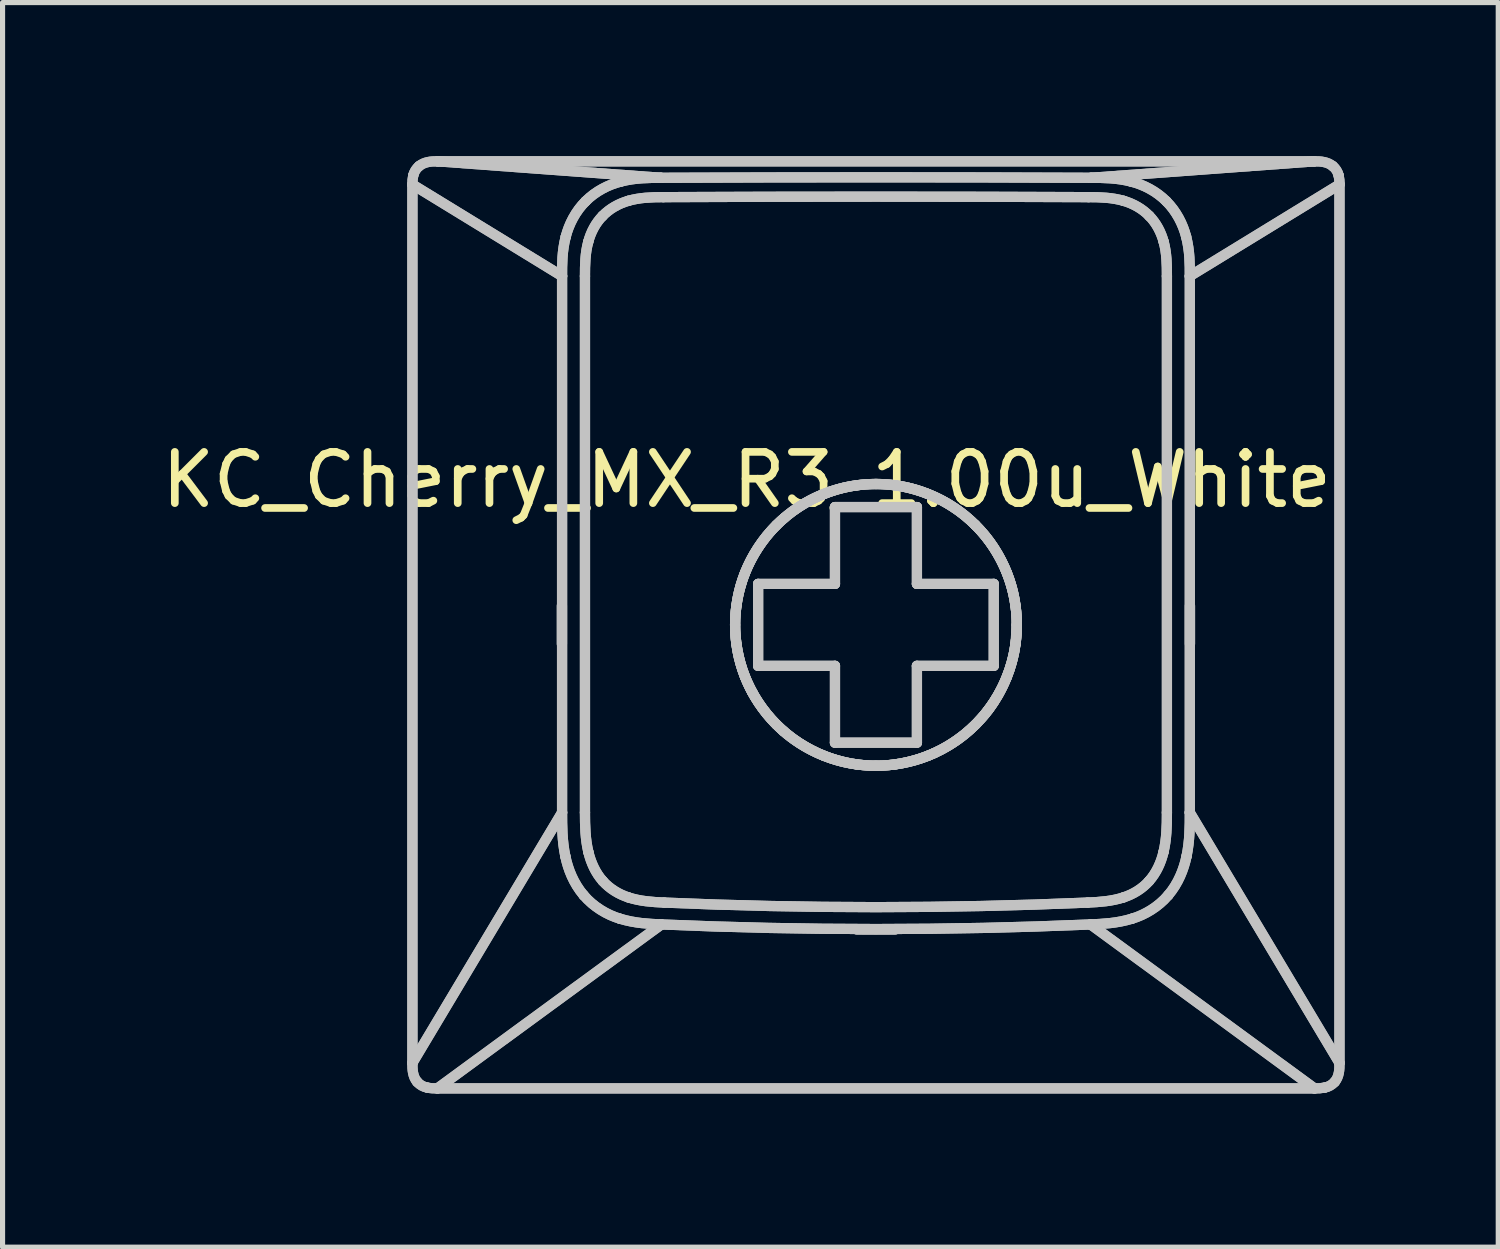
<source format=kicad_pcb>
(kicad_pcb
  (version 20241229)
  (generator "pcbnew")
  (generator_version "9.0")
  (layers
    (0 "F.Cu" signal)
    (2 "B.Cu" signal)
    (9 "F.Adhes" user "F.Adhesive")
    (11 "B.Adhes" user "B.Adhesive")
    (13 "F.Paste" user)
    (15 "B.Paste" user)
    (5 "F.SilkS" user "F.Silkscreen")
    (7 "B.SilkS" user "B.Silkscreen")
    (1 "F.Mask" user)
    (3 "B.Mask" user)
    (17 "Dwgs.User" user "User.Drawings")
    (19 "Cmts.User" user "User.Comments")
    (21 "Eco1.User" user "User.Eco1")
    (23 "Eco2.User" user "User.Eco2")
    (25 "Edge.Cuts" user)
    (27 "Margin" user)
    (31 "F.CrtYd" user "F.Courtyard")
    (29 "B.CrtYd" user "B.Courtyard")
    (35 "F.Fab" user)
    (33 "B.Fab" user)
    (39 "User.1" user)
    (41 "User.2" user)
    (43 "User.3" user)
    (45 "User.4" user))
  (footprint "KC_Cherry_MX_R3_1.00u_White"
    (layer "F.Cu")
    (at 14.07 9.112)
    (property "Reference" "KC_Cherry_MX_R3_1.00u_White" (at -2.54 -2.794 0) (layer "F.SilkS") (effects (font (size 1 1) (thickness 0.15))))
    (attr allow_missing_courtyard)
    (fp_line (start -9.068 -8.56) (end -6.146 -6.771) (stroke (width 0.2) (type default)) (layer "Dwgs.User"))
    (fp_line (start -9.068 -8.56) (end -6.146 -6.771) (stroke (width 0.2) (type default)) (layer "Dwgs.User"))
    (fp_line (start -9.068 8.591) (end -9.068 -8.56) (stroke (width 0.2) (type default)) (layer "Dwgs.User"))
    (fp_line (start -9.068 8.591) (end -9.068 -8.56) (stroke (width 0.2) (type default)) (layer "Dwgs.User"))
    (fp_line (start -9.068 8.591) (end -6.146 3.702) (stroke (width 0.2) (type default)) (layer "Dwgs.User"))
    (fp_line (start -9.068 8.591) (end -6.146 3.702) (stroke (width 0.2) (type default)) (layer "Dwgs.User"))
    (fp_line (start -8.58 9.088) (end -4.207 5.887) (stroke (width 0.2) (type default)) (layer "Dwgs.User"))
    (fp_line (start -8.58 9.088) (end -4.207 5.887) (stroke (width 0.2) (type default)) (layer "Dwgs.User"))
    (fp_line (start -8.575 -9.012) (end -4.216 -8.691) (stroke (width 0.2) (type default)) (layer "Dwgs.User"))
    (fp_line (start -8.575 -9.012) (end -4.216 -8.691) (stroke (width 0.2) (type default)) (layer "Dwgs.User"))
    (fp_line (start -8.575 -9.012) (end 8.539 -9.012) (stroke (width 0.2) (type default)) (layer "Dwgs.User"))
    (fp_line (start -8.575 -9.012) (end 8.539 -9.012) (stroke (width 0.2) (type default)) (layer "Dwgs.User"))
    (fp_line (start -6.149 0.412) (end -6.149 -0.338) (stroke (width 0.2) (type default)) (layer "Dwgs.User"))
    (fp_line (start -6.149 0.412) (end -6.149 -0.338) (stroke (width 0.2) (type default)) (layer "Dwgs.User"))
    (fp_line (start -6.146 -6.771) (end -6.146 3.702) (stroke (width 0.2) (type default)) (layer "Dwgs.User"))
    (fp_line (start -6.146 -6.771) (end -6.146 3.702) (stroke (width 0.2) (type default)) (layer "Dwgs.User"))
    (fp_line (start -5.699 -6.771) (end -5.699 3.702) (stroke (width 0.2) (type default)) (layer "Dwgs.User"))
    (fp_line (start -5.699 -6.771) (end -5.699 3.702) (stroke (width 0.2) (type default)) (layer "Dwgs.User"))
    (fp_line (start -2.318 -0.762) (end -0.818 -0.762) (stroke (width 0.2) (type default)) (layer "Dwgs.User"))
    (fp_line (start -2.318 -0.762) (end -0.818 -0.762) (stroke (width 0.2) (type default)) (layer "Dwgs.User"))
    (fp_line (start -2.318 0.838) (end -2.318 -0.762) (stroke (width 0.2) (type default)) (layer "Dwgs.User"))
    (fp_line (start -2.318 0.838) (end -2.318 -0.762) (stroke (width 0.2) (type default)) (layer "Dwgs.User"))
    (fp_line (start -0.818 -2.262) (end 0.782 -2.262) (stroke (width 0.2) (type default)) (layer "Dwgs.User"))
    (fp_line (start -0.818 -2.262) (end 0.782 -2.262) (stroke (width 0.2) (type default)) (layer "Dwgs.User"))
    (fp_line (start -0.818 -0.762) (end -0.818 -2.262) (stroke (width 0.2) (type default)) (layer "Dwgs.User"))
    (fp_line (start -0.818 -0.762) (end -0.818 -2.262) (stroke (width 0.2) (type default)) (layer "Dwgs.User"))
    (fp_line (start -0.818 0.838) (end -2.318 0.838) (stroke (width 0.2) (type default)) (layer "Dwgs.User"))
    (fp_line (start -0.818 0.838) (end -2.318 0.838) (stroke (width 0.2) (type default)) (layer "Dwgs.User"))
    (fp_line (start -0.818 2.338) (end -0.818 0.838) (stroke (width 0.2) (type default)) (layer "Dwgs.User"))
    (fp_line (start -0.818 2.338) (end -0.818 0.838) (stroke (width 0.2) (type default)) (layer "Dwgs.User"))
    (fp_line (start -0.393 5.985) (end 0.357 5.985) (stroke (width 0.2) (type default)) (layer "Dwgs.User"))
    (fp_line (start -0.393 5.985) (end 0.357 5.985) (stroke (width 0.2) (type default)) (layer "Dwgs.User"))
    (fp_line (start 0.782 -2.262) (end 0.782 -0.762) (stroke (width 0.2) (type default)) (layer "Dwgs.User"))
    (fp_line (start 0.782 -2.262) (end 0.782 -0.762) (stroke (width 0.2) (type default)) (layer "Dwgs.User"))
    (fp_line (start 0.782 -0.762) (end 2.282 -0.762) (stroke (width 0.2) (type default)) (layer "Dwgs.User"))
    (fp_line (start 0.782 -0.762) (end 2.282 -0.762) (stroke (width 0.2) (type default)) (layer "Dwgs.User"))
    (fp_line (start 0.782 0.838) (end 0.782 2.338) (stroke (width 0.2) (type default)) (layer "Dwgs.User"))
    (fp_line (start 0.782 0.838) (end 0.782 2.338) (stroke (width 0.2) (type default)) (layer "Dwgs.User"))
    (fp_line (start 0.782 2.338) (end -0.818 2.338) (stroke (width 0.2) (type default)) (layer "Dwgs.User"))
    (fp_line (start 0.782 2.338) (end -0.818 2.338) (stroke (width 0.2) (type default)) (layer "Dwgs.User"))
    (fp_line (start 2.282 -0.762) (end 2.282 0.838) (stroke (width 0.2) (type default)) (layer "Dwgs.User"))
    (fp_line (start 2.282 -0.762) (end 2.282 0.838) (stroke (width 0.2) (type default)) (layer "Dwgs.User"))
    (fp_line (start 2.282 0.838) (end 0.782 0.838) (stroke (width 0.2) (type default)) (layer "Dwgs.User"))
    (fp_line (start 2.282 0.838) (end 0.782 0.838) (stroke (width 0.2) (type default)) (layer "Dwgs.User"))
    (fp_line (start 2.707 0.412) (end 2.732 0.038) (stroke (width 0.2) (type default)) (layer "Dwgs.User"))
    (fp_line (start 4.181 -8.691) (end 8.539 -9.012) (stroke (width 0.2) (type default)) (layer "Dwgs.User"))
    (fp_line (start 4.181 -8.691) (end 8.539 -9.012) (stroke (width 0.2) (type default)) (layer "Dwgs.User"))
    (fp_line (start 5.663 3.702) (end 5.663 -6.771) (stroke (width 0.2) (type default)) (layer "Dwgs.User"))
    (fp_line (start 5.663 3.702) (end 5.663 -6.771) (stroke (width 0.2) (type default)) (layer "Dwgs.User"))
    (fp_line (start 6.11 -6.771) (end 9.032 -8.56) (stroke (width 0.2) (type default)) (layer "Dwgs.User"))
    (fp_line (start 6.11 -6.771) (end 9.032 -8.56) (stroke (width 0.2) (type default)) (layer "Dwgs.User"))
    (fp_line (start 6.11 3.702) (end 6.11 -6.771) (stroke (width 0.2) (type default)) (layer "Dwgs.User"))
    (fp_line (start 6.11 3.702) (end 6.11 -6.771) (stroke (width 0.2) (type default)) (layer "Dwgs.User"))
    (fp_line (start 6.113 0.412) (end 6.113 -0.338) (stroke (width 0.2) (type default)) (layer "Dwgs.User"))
    (fp_line (start 6.113 0.412) (end 6.113 -0.338) (stroke (width 0.2) (type default)) (layer "Dwgs.User"))
    (fp_line (start 8.544 9.088) (end -8.58 9.088) (stroke (width 0.2) (type default)) (layer "Dwgs.User"))
    (fp_line (start 8.544 9.088) (end -8.58 9.088) (stroke (width 0.2) (type default)) (layer "Dwgs.User"))
    (fp_line (start 8.544 9.088) (end 4.172 5.887) (stroke (width 0.2) (type default)) (layer "Dwgs.User"))
    (fp_line (start 8.544 9.088) (end 4.172 5.887) (stroke (width 0.2) (type default)) (layer "Dwgs.User"))
    (fp_line (start 9.032 -8.56) (end 9.032 8.591) (stroke (width 0.2) (type default)) (layer "Dwgs.User"))
    (fp_line (start 9.032 -8.56) (end 9.032 8.591) (stroke (width 0.2) (type default)) (layer "Dwgs.User"))
    (fp_line (start 9.032 8.591) (end 6.11 3.702) (stroke (width 0.2) (type default)) (layer "Dwgs.User"))
    (fp_line (start 9.032 8.591) (end 6.11 3.702) (stroke (width 0.2) (type default)) (layer "Dwgs.User"))
    (fp_curve (pts (xy -9.068 -8.56) (xy -9.07 -8.619) (xy -9.065 -8.678) (xy -9.052 -8.736)) (stroke (width 0.2) (type default)) (layer "Dwgs.User"))
    (fp_curve (pts (xy -9.068 -8.56) (xy -9.07 -8.619) (xy -9.065 -8.678) (xy -9.052 -8.736)) (stroke (width 0.2) (type default)) (layer "Dwgs.User"))
    (fp_curve (pts (xy -9.052 -8.736) (xy -9.033 -8.809) (xy -8.995 -8.87) (xy -8.938 -8.918)) (stroke (width 0.2) (type default)) (layer "Dwgs.User"))
    (fp_curve (pts (xy -9.052 -8.736) (xy -9.033 -8.809) (xy -8.995 -8.87) (xy -8.938 -8.918)) (stroke (width 0.2) (type default)) (layer "Dwgs.User"))
    (fp_curve (pts (xy -8.974 8.961) (xy -9.062 8.86) (xy -9.07 8.719) (xy -9.068 8.591)) (stroke (width 0.2) (type default)) (layer "Dwgs.User"))
    (fp_curve (pts (xy -8.974 8.961) (xy -9.062 8.86) (xy -9.07 8.719) (xy -9.068 8.591)) (stroke (width 0.2) (type default)) (layer "Dwgs.User"))
    (fp_curve (pts (xy -8.938 -8.918) (xy -8.837 -9.002) (xy -8.701 -9.015) (xy -8.575 -9.012)) (stroke (width 0.2) (type default)) (layer "Dwgs.User"))
    (fp_curve (pts (xy -8.938 -8.918) (xy -8.837 -9.002) (xy -8.701 -9.015) (xy -8.575 -9.012)) (stroke (width 0.2) (type default)) (layer "Dwgs.User"))
    (fp_curve (pts (xy -8.78 9.072) (xy -8.857 9.057) (xy -8.922 9.02) (xy -8.974 8.961)) (stroke (width 0.2) (type default)) (layer "Dwgs.User"))
    (fp_curve (pts (xy -8.78 9.072) (xy -8.857 9.057) (xy -8.922 9.02) (xy -8.974 8.961)) (stroke (width 0.2) (type default)) (layer "Dwgs.User"))
    (fp_curve (pts (xy -8.58 9.088) (xy -8.647 9.09) (xy -8.714 9.085) (xy -8.78 9.072)) (stroke (width 0.2) (type default)) (layer "Dwgs.User"))
    (fp_curve (pts (xy -8.58 9.088) (xy -8.647 9.09) (xy -8.714 9.085) (xy -8.78 9.072)) (stroke (width 0.2) (type default)) (layer "Dwgs.User"))
    (fp_curve (pts (xy -6.146 -6.771) (xy -6.146 -6.995) (xy -6.148 -7.259) (xy -6.074 -7.542)) (stroke (width 0.2) (type default)) (layer "Dwgs.User"))
    (fp_curve (pts (xy -6.146 -6.771) (xy -6.146 -6.995) (xy -6.148 -7.259) (xy -6.074 -7.542)) (stroke (width 0.2) (type default)) (layer "Dwgs.User"))
    (fp_curve (pts (xy -6.082 4.557) (xy -6.147 4.248) (xy -6.145 3.961) (xy -6.146 3.702)) (stroke (width 0.2) (type default)) (layer "Dwgs.User"))
    (fp_curve (pts (xy -6.082 4.557) (xy -6.147 4.248) (xy -6.145 3.961) (xy -6.146 3.702)) (stroke (width 0.2) (type default)) (layer "Dwgs.User"))
    (fp_curve (pts (xy -6.074 -7.542) (xy -6.011 -7.787) (xy -5.881 -8.04) (xy -5.687 -8.232)) (stroke (width 0.2) (type default)) (layer "Dwgs.User"))
    (fp_curve (pts (xy -6.074 -7.542) (xy -6.011 -7.787) (xy -5.881 -8.04) (xy -5.687 -8.232)) (stroke (width 0.2) (type default)) (layer "Dwgs.User"))
    (fp_curve (pts (xy -5.724 5.317) (xy -5.923 5.084) (xy -6.029 4.809) (xy -6.082 4.557)) (stroke (width 0.2) (type default)) (layer "Dwgs.User"))
    (fp_curve (pts (xy -5.724 5.317) (xy -5.923 5.084) (xy -6.029 4.809) (xy -6.082 4.557)) (stroke (width 0.2) (type default)) (layer "Dwgs.User"))
    (fp_curve (pts (xy -5.699 -6.771) (xy -5.699 -6.995) (xy -5.695 -7.223) (xy -5.635 -7.44)) (stroke (width 0.2) (type default)) (layer "Dwgs.User"))
    (fp_curve (pts (xy -5.699 -6.771) (xy -5.699 -6.995) (xy -5.695 -7.223) (xy -5.635 -7.44)) (stroke (width 0.2) (type default)) (layer "Dwgs.User"))
    (fp_curve (pts (xy -5.687 -8.232) (xy -5.491 -8.43) (xy -5.24 -8.556) (xy -4.999 -8.617)) (stroke (width 0.2) (type default)) (layer "Dwgs.User"))
    (fp_curve (pts (xy -5.687 -8.232) (xy -5.491 -8.43) (xy -5.24 -8.556) (xy -4.999 -8.617)) (stroke (width 0.2) (type default)) (layer "Dwgs.User"))
    (fp_curve (pts (xy -5.635 -7.44) (xy -5.585 -7.629) (xy -5.491 -7.807) (xy -5.356 -7.945)) (stroke (width 0.2) (type default)) (layer "Dwgs.User"))
    (fp_curve (pts (xy -5.635 -7.44) (xy -5.585 -7.629) (xy -5.491 -7.807) (xy -5.356 -7.945)) (stroke (width 0.2) (type default)) (layer "Dwgs.User"))
    (fp_curve (pts (xy -5.632 4.475) (xy -5.693 4.223) (xy -5.699 3.961) (xy -5.699 3.702)) (stroke (width 0.2) (type default)) (layer "Dwgs.User"))
    (fp_curve (pts (xy -5.632 4.475) (xy -5.693 4.223) (xy -5.699 3.961) (xy -5.699 3.702)) (stroke (width 0.2) (type default)) (layer "Dwgs.User"))
    (fp_curve (pts (xy -5.356 -7.945) (xy -5.218 -8.088) (xy -5.041 -8.186) (xy -4.853 -8.241)) (stroke (width 0.2) (type default)) (layer "Dwgs.User"))
    (fp_curve (pts (xy -5.356 -7.945) (xy -5.218 -8.088) (xy -5.041 -8.186) (xy -4.853 -8.241)) (stroke (width 0.2) (type default)) (layer "Dwgs.User"))
    (fp_curve (pts (xy -5.351 5.039) (xy -5.492 4.881) (xy -5.582 4.682) (xy -5.632 4.475)) (stroke (width 0.2) (type default)) (layer "Dwgs.User"))
    (fp_curve (pts (xy -5.351 5.039) (xy -5.492 4.881) (xy -5.582 4.682) (xy -5.632 4.475)) (stroke (width 0.2) (type default)) (layer "Dwgs.User"))
    (fp_curve (pts (xy -5.019 5.774) (xy -5.269 5.699) (xy -5.535 5.541) (xy -5.724 5.317)) (stroke (width 0.2) (type default)) (layer "Dwgs.User"))
    (fp_curve (pts (xy -5.019 5.774) (xy -5.269 5.699) (xy -5.535 5.541) (xy -5.724 5.317)) (stroke (width 0.2) (type default)) (layer "Dwgs.User"))
    (fp_curve (pts (xy -4.999 -8.617) (xy -4.715 -8.691) (xy -4.448 -8.689) (xy -4.216 -8.691)) (stroke (width 0.2) (type default)) (layer "Dwgs.User"))
    (fp_curve (pts (xy -4.999 -8.617) (xy -4.715 -8.691) (xy -4.448 -8.689) (xy -4.216 -8.691)) (stroke (width 0.2) (type default)) (layer "Dwgs.User"))
    (fp_curve (pts (xy -4.853 -8.241) (xy -4.632 -8.305) (xy -4.399 -8.313) (xy -4.169 -8.313)) (stroke (width 0.2) (type default)) (layer "Dwgs.User"))
    (fp_curve (pts (xy -4.853 -8.241) (xy -4.632 -8.305) (xy -4.399 -8.313) (xy -4.169 -8.313)) (stroke (width 0.2) (type default)) (layer "Dwgs.User"))
    (fp_curve (pts (xy -4.851 5.359) (xy -5.04 5.297) (xy -5.217 5.19) (xy -5.351 5.039)) (stroke (width 0.2) (type default)) (layer "Dwgs.User"))
    (fp_curve (pts (xy -4.851 5.359) (xy -5.04 5.297) (xy -5.217 5.19) (xy -5.351 5.039)) (stroke (width 0.2) (type default)) (layer "Dwgs.User"))
    (fp_curve (pts (xy -4.207 5.887) (xy -4.446 5.875) (xy -4.72 5.866) (xy -5.019 5.774)) (stroke (width 0.2) (type default)) (layer "Dwgs.User"))
    (fp_curve (pts (xy -4.207 5.887) (xy -4.446 5.875) (xy -4.72 5.866) (xy -5.019 5.774)) (stroke (width 0.2) (type default)) (layer "Dwgs.User"))
    (fp_curve (pts (xy -4.207 5.887) (xy -1.43 6.007) (xy 1.395 6.007) (xy 4.172 5.887)) (stroke (width 0.2) (type default)) (layer "Dwgs.User"))
    (fp_curve (pts (xy -4.207 5.887) (xy -1.43 6.007) (xy 1.395 6.007) (xy 4.172 5.887)) (stroke (width 0.2) (type default)) (layer "Dwgs.User"))
    (fp_curve (pts (xy -4.151 5.46) (xy -4.387 5.45) (xy -4.626 5.433) (xy -4.851 5.359)) (stroke (width 0.2) (type default)) (layer "Dwgs.User"))
    (fp_curve (pts (xy -4.151 5.46) (xy -4.387 5.45) (xy -4.626 5.433) (xy -4.851 5.359)) (stroke (width 0.2) (type default)) (layer "Dwgs.User"))
    (fp_curve (pts (xy -4.151 5.46) (xy -1.411 5.579) (xy 1.376 5.579) (xy 4.116 5.46)) (stroke (width 0.2) (type default)) (layer "Dwgs.User"))
    (fp_curve (pts (xy -4.151 5.46) (xy -1.411 5.579) (xy 1.376 5.579) (xy 4.116 5.46)) (stroke (width 0.2) (type default)) (layer "Dwgs.User"))
    (fp_curve (pts (xy -2.768 0.038) (xy -2.768 0.361) (xy -2.709 0.711) (xy -2.575 1.05)) (stroke (width 0.2) (type default)) (layer "Dwgs.User"))
    (fp_curve (pts (xy -2.768 0.038) (xy -2.768 0.361) (xy -2.709 0.711) (xy -2.575 1.05)) (stroke (width 0.2) (type default)) (layer "Dwgs.User"))
    (fp_curve (pts (xy -2.742 -0.338) (xy -2.776 -0.088) (xy -2.776 0.162) (xy -2.742 0.412)) (stroke (width 0.2) (type default)) (layer "Dwgs.User"))
    (fp_curve (pts (xy -2.742 -0.338) (xy -2.776 -0.088) (xy -2.776 0.162) (xy -2.742 0.412)) (stroke (width 0.2) (type default)) (layer "Dwgs.User"))
    (fp_curve (pts (xy -2.742 -0.338) (xy -2.722 -0.48) (xy -2.693 -0.617) (xy -2.653 -0.749)) (stroke (width 0.2) (type default)) (layer "Dwgs.User"))
    (fp_curve (pts (xy -2.742 -0.338) (xy -2.722 -0.48) (xy -2.693 -0.617) (xy -2.653 -0.749)) (stroke (width 0.2) (type default)) (layer "Dwgs.User"))
    (fp_curve (pts (xy -2.653 -0.749) (xy -2.514 -1.224) (xy -2.22 -1.7) (xy -1.808 -2.05)) (stroke (width 0.2) (type default)) (layer "Dwgs.User"))
    (fp_curve (pts (xy -2.653 -0.749) (xy -2.514 -1.224) (xy -2.22 -1.7) (xy -1.808 -2.05)) (stroke (width 0.2) (type default)) (layer "Dwgs.User"))
    (fp_curve (pts (xy -2.575 -0.975) (xy -2.709 -0.636) (xy -2.768 -0.286) (xy -2.768 0.038)) (stroke (width 0.2) (type default)) (layer "Dwgs.User"))
    (fp_curve (pts (xy -2.575 -0.975) (xy -2.709 -0.636) (xy -2.768 -0.286) (xy -2.768 0.038)) (stroke (width 0.2) (type default)) (layer "Dwgs.User"))
    (fp_curve (pts (xy -2.575 1.05) (xy -2.441 1.389) (xy -2.231 1.714) (xy -1.962 1.982)) (stroke (width 0.2) (type default)) (layer "Dwgs.User"))
    (fp_curve (pts (xy -2.575 1.05) (xy -2.441 1.389) (xy -2.231 1.714) (xy -1.962 1.982)) (stroke (width 0.2) (type default)) (layer "Dwgs.User"))
    (fp_curve (pts (xy -2.428 1.362) (xy -2.589 1.071) (xy -2.697 0.744) (xy -2.742 0.412)) (stroke (width 0.2) (type default)) (layer "Dwgs.User"))
    (fp_curve (pts (xy -2.428 1.362) (xy -2.589 1.071) (xy -2.697 0.744) (xy -2.742 0.412)) (stroke (width 0.2) (type default)) (layer "Dwgs.User"))
    (fp_curve (pts (xy -1.962 -1.907) (xy -2.231 -1.639) (xy -2.441 -1.313) (xy -2.575 -0.975)) (stroke (width 0.2) (type default)) (layer "Dwgs.User"))
    (fp_curve (pts (xy -1.962 -1.907) (xy -2.231 -1.639) (xy -2.441 -1.313) (xy -2.575 -0.975)) (stroke (width 0.2) (type default)) (layer "Dwgs.User"))
    (fp_curve (pts (xy -1.962 1.982) (xy -1.694 2.251) (xy -1.369 2.461) (xy -1.03 2.595)) (stroke (width 0.2) (type default)) (layer "Dwgs.User"))
    (fp_curve (pts (xy -1.962 1.982) (xy -1.694 2.251) (xy -1.369 2.461) (xy -1.03 2.595)) (stroke (width 0.2) (type default)) (layer "Dwgs.User"))
    (fp_curve (pts (xy -1.825 2.111) (xy -2.058 1.908) (xy -2.268 1.653) (xy -2.428 1.362)) (stroke (width 0.2) (type default)) (layer "Dwgs.User"))
    (fp_curve (pts (xy -1.825 2.111) (xy -2.058 1.908) (xy -2.268 1.653) (xy -2.428 1.362)) (stroke (width 0.2) (type default)) (layer "Dwgs.User"))
    (fp_curve (pts (xy -1.808 -2.05) (xy -1.399 -2.404) (xy -0.884 -2.622) (xy -0.393 -2.687)) (stroke (width 0.2) (type default)) (layer "Dwgs.User"))
    (fp_curve (pts (xy -1.808 -2.05) (xy -1.399 -2.404) (xy -0.884 -2.622) (xy -0.393 -2.687)) (stroke (width 0.2) (type default)) (layer "Dwgs.User"))
    (fp_curve (pts (xy -1.03 -2.519) (xy -1.369 -2.386) (xy -1.694 -2.176) (xy -1.962 -1.907)) (stroke (width 0.2) (type default)) (layer "Dwgs.User"))
    (fp_curve (pts (xy -1.03 -2.519) (xy -1.369 -2.386) (xy -1.694 -2.176) (xy -1.962 -1.907)) (stroke (width 0.2) (type default)) (layer "Dwgs.User"))
    (fp_curve (pts (xy -1.03 2.595) (xy -0.691 2.729) (xy -0.342 2.788) (xy -0.018 2.788)) (stroke (width 0.2) (type default)) (layer "Dwgs.User"))
    (fp_curve (pts (xy -1.03 2.595) (xy -0.691 2.729) (xy -0.342 2.788) (xy -0.018 2.788)) (stroke (width 0.2) (type default)) (layer "Dwgs.User"))
    (fp_curve (pts (xy -0.393 2.762) (xy -0.936 2.69) (xy -1.448 2.443) (xy -1.825 2.111)) (stroke (width 0.2) (type default)) (layer "Dwgs.User"))
    (fp_curve (pts (xy -0.393 2.762) (xy -0.936 2.69) (xy -1.448 2.443) (xy -1.825 2.111)) (stroke (width 0.2) (type default)) (layer "Dwgs.User"))
    (fp_curve (pts (xy -0.018 -2.712) (xy -0.342 -2.713) (xy -0.691 -2.654) (xy -1.03 -2.519)) (stroke (width 0.2) (type default)) (layer "Dwgs.User"))
    (fp_curve (pts (xy -0.018 -2.712) (xy -0.342 -2.713) (xy -0.691 -2.654) (xy -1.03 -2.519)) (stroke (width 0.2) (type default)) (layer "Dwgs.User"))
    (fp_curve (pts (xy -0.018 2.788) (xy 0.306 2.788) (xy 0.656 2.729) (xy 0.994 2.595)) (stroke (width 0.2) (type default)) (layer "Dwgs.User"))
    (fp_curve (pts (xy -0.018 2.788) (xy 0.306 2.788) (xy 0.656 2.729) (xy 0.994 2.595)) (stroke (width 0.2) (type default)) (layer "Dwgs.User"))
    (fp_curve (pts (xy 0.357 -2.687) (xy 0.107 -2.721) (xy -0.143 -2.721) (xy -0.393 -2.687)) (stroke (width 0.2) (type default)) (layer "Dwgs.User"))
    (fp_curve (pts (xy 0.357 -2.687) (xy 0.107 -2.721) (xy -0.143 -2.721) (xy -0.393 -2.687)) (stroke (width 0.2) (type default)) (layer "Dwgs.User"))
    (fp_curve (pts (xy 0.357 -2.687) (xy 0.892 -2.617) (xy 1.472 -2.359) (xy 1.911 -1.922)) (stroke (width 0.2) (type default)) (layer "Dwgs.User"))
    (fp_curve (pts (xy 0.357 -2.687) (xy 0.892 -2.617) (xy 1.472 -2.359) (xy 1.911 -1.922)) (stroke (width 0.2) (type default)) (layer "Dwgs.User"))
    (fp_curve (pts (xy 0.357 2.762) (xy 0.107 2.796) (xy -0.143 2.796) (xy -0.393 2.762)) (stroke (width 0.2) (type default)) (layer "Dwgs.User"))
    (fp_curve (pts (xy 0.357 2.762) (xy 0.107 2.796) (xy -0.143 2.796) (xy -0.393 2.762)) (stroke (width 0.2) (type default)) (layer "Dwgs.User"))
    (fp_curve (pts (xy 0.994 -2.519) (xy 0.656 -2.654) (xy 0.306 -2.713) (xy -0.018 -2.712)) (stroke (width 0.2) (type default)) (layer "Dwgs.User"))
    (fp_curve (pts (xy 0.994 -2.519) (xy 0.656 -2.654) (xy 0.306 -2.713) (xy -0.018 -2.712)) (stroke (width 0.2) (type default)) (layer "Dwgs.User"))
    (fp_curve (pts (xy 0.994 2.595) (xy 1.333 2.461) (xy 1.658 2.251) (xy 1.927 1.982)) (stroke (width 0.2) (type default)) (layer "Dwgs.User"))
    (fp_curve (pts (xy 0.994 2.595) (xy 1.333 2.461) (xy 1.658 2.251) (xy 1.927 1.982)) (stroke (width 0.2) (type default)) (layer "Dwgs.User"))
    (fp_curve (pts (xy 1.121 2.541) (xy 0.885 2.649) (xy 0.63 2.723) (xy 0.357 2.762)) (stroke (width 0.2) (type default)) (layer "Dwgs.User"))
    (fp_curve (pts (xy 1.121 2.541) (xy 0.885 2.649) (xy 0.63 2.723) (xy 0.357 2.762)) (stroke (width 0.2) (type default)) (layer "Dwgs.User"))
    (fp_curve (pts (xy 1.911 -1.922) (xy 2.355 -1.491) (xy 2.634 -0.899) (xy 2.706 -0.338)) (stroke (width 0.2) (type default)) (layer "Dwgs.User"))
    (fp_curve (pts (xy 1.911 -1.922) (xy 2.355 -1.491) (xy 2.634 -0.899) (xy 2.706 -0.338)) (stroke (width 0.2) (type default)) (layer "Dwgs.User"))
    (fp_curve (pts (xy 1.927 -1.907) (xy 1.658 -2.176) (xy 1.333 -2.386) (xy 0.994 -2.519)) (stroke (width 0.2) (type default)) (layer "Dwgs.User"))
    (fp_curve (pts (xy 1.927 -1.907) (xy 1.658 -2.176) (xy 1.333 -2.386) (xy 0.994 -2.519)) (stroke (width 0.2) (type default)) (layer "Dwgs.User"))
    (fp_curve (pts (xy 1.927 1.982) (xy 2.196 1.714) (xy 2.406 1.389) (xy 2.539 1.05)) (stroke (width 0.2) (type default)) (layer "Dwgs.User"))
    (fp_curve (pts (xy 1.927 1.982) (xy 2.196 1.714) (xy 2.406 1.389) (xy 2.539 1.05)) (stroke (width 0.2) (type default)) (layer "Dwgs.User"))
    (fp_curve (pts (xy 2.18 1.691) (xy 1.897 2.069) (xy 1.517 2.363) (xy 1.121 2.541)) (stroke (width 0.2) (type default)) (layer "Dwgs.User"))
    (fp_curve (pts (xy 2.18 1.691) (xy 1.897 2.069) (xy 1.517 2.363) (xy 1.121 2.541)) (stroke (width 0.2) (type default)) (layer "Dwgs.User"))
    (fp_curve (pts (xy 2.539 -0.975) (xy 2.406 -1.313) (xy 2.196 -1.639) (xy 1.927 -1.907)) (stroke (width 0.2) (type default)) (layer "Dwgs.User"))
    (fp_curve (pts (xy 2.539 -0.975) (xy 2.406 -1.313) (xy 2.196 -1.639) (xy 1.927 -1.907)) (stroke (width 0.2) (type default)) (layer "Dwgs.User"))
    (fp_curve (pts (xy 2.539 1.05) (xy 2.674 0.711) (xy 2.733 0.361) (xy 2.732 0.038)) (stroke (width 0.2) (type default)) (layer "Dwgs.User"))
    (fp_curve (pts (xy 2.539 1.05) (xy 2.674 0.711) (xy 2.733 0.361) (xy 2.732 0.038)) (stroke (width 0.2) (type default)) (layer "Dwgs.User"))
    (fp_curve (pts (xy 2.706 -0.338) (xy 2.724 -0.213) (xy 2.732 -0.088) (xy 2.732 0.038)) (stroke (width 0.2) (type default)) (layer "Dwgs.User"))
    (fp_curve (pts (xy 2.706 -0.338) (xy 2.724 -0.213) (xy 2.732 -0.088) (xy 2.732 0.038)) (stroke (width 0.2) (type default)) (layer "Dwgs.User"))
    (fp_curve (pts (xy 2.707 0.412) (xy 2.647 0.858) (xy 2.465 1.314) (xy 2.18 1.691)) (stroke (width 0.2) (type default)) (layer "Dwgs.User"))
    (fp_curve (pts (xy 2.707 0.412) (xy 2.647 0.858) (xy 2.465 1.314) (xy 2.18 1.691)) (stroke (width 0.2) (type default)) (layer "Dwgs.User"))
    (fp_curve (pts (xy 2.732 0.038) (xy 2.733 -0.286) (xy 2.674 -0.636) (xy 2.539 -0.975)) (stroke (width 0.2) (type default)) (layer "Dwgs.User"))
    (fp_curve (pts (xy 2.732 0.038) (xy 2.733 -0.286) (xy 2.674 -0.636) (xy 2.539 -0.975)) (stroke (width 0.2) (type default)) (layer "Dwgs.User"))
    (fp_curve (pts (xy 2.732 0.038) (xy 2.732 0.163) (xy 2.724 0.288) (xy 2.707 0.412)) (stroke (width 0.2) (type default)) (layer "Dwgs.User"))
    (fp_curve (pts (xy 2.732 0.038) (xy 2.732 0.163) (xy 2.724 0.288) (xy 2.707 0.412)) (stroke (width 0.2) (type default)) (layer "Dwgs.User"))
    (fp_curve (pts (xy 4.134 -8.313) (xy 1.38 -8.326) (xy -1.416 -8.326) (xy -4.169 -8.313)) (stroke (width 0.2) (type default)) (layer "Dwgs.User"))
    (fp_curve (pts (xy 4.134 -8.313) (xy 1.38 -8.326) (xy -1.416 -8.326) (xy -4.169 -8.313)) (stroke (width 0.2) (type default)) (layer "Dwgs.User"))
    (fp_curve (pts (xy 4.134 -8.313) (xy 4.363 -8.313) (xy 4.596 -8.305) (xy 4.817 -8.241)) (stroke (width 0.2) (type default)) (layer "Dwgs.User"))
    (fp_curve (pts (xy 4.134 -8.313) (xy 4.363 -8.313) (xy 4.596 -8.305) (xy 4.817 -8.241)) (stroke (width 0.2) (type default)) (layer "Dwgs.User"))
    (fp_curve (pts (xy 4.181 -8.691) (xy 1.396 -8.703) (xy -1.432 -8.703) (xy -4.216 -8.691)) (stroke (width 0.2) (type default)) (layer "Dwgs.User"))
    (fp_curve (pts (xy 4.181 -8.691) (xy 1.396 -8.703) (xy -1.432 -8.703) (xy -4.216 -8.691)) (stroke (width 0.2) (type default)) (layer "Dwgs.User"))
    (fp_curve (pts (xy 4.181 -8.691) (xy 4.413 -8.689) (xy 4.68 -8.691) (xy 4.964 -8.617)) (stroke (width 0.2) (type default)) (layer "Dwgs.User"))
    (fp_curve (pts (xy 4.181 -8.691) (xy 4.413 -8.689) (xy 4.68 -8.691) (xy 4.964 -8.617)) (stroke (width 0.2) (type default)) (layer "Dwgs.User"))
    (fp_curve (pts (xy 4.815 5.359) (xy 4.59 5.433) (xy 4.352 5.45) (xy 4.116 5.46)) (stroke (width 0.2) (type default)) (layer "Dwgs.User"))
    (fp_curve (pts (xy 4.815 5.359) (xy 4.59 5.433) (xy 4.352 5.45) (xy 4.116 5.46)) (stroke (width 0.2) (type default)) (layer "Dwgs.User"))
    (fp_curve (pts (xy 4.817 -8.241) (xy 5.005 -8.186) (xy 5.182 -8.088) (xy 5.32 -7.945)) (stroke (width 0.2) (type default)) (layer "Dwgs.User"))
    (fp_curve (pts (xy 4.817 -8.241) (xy 5.005 -8.186) (xy 5.182 -8.088) (xy 5.32 -7.945)) (stroke (width 0.2) (type default)) (layer "Dwgs.User"))
    (fp_curve (pts (xy 4.964 -8.617) (xy 5.205 -8.556) (xy 5.455 -8.43) (xy 5.652 -8.232)) (stroke (width 0.2) (type default)) (layer "Dwgs.User"))
    (fp_curve (pts (xy 4.964 -8.617) (xy 5.205 -8.556) (xy 5.455 -8.43) (xy 5.652 -8.232)) (stroke (width 0.2) (type default)) (layer "Dwgs.User"))
    (fp_curve (pts (xy 4.983 5.774) (xy 4.685 5.866) (xy 4.411 5.875) (xy 4.172 5.887)) (stroke (width 0.2) (type default)) (layer "Dwgs.User"))
    (fp_curve (pts (xy 4.983 5.774) (xy 4.685 5.866) (xy 4.411 5.875) (xy 4.172 5.887)) (stroke (width 0.2) (type default)) (layer "Dwgs.User"))
    (fp_curve (pts (xy 5.315 5.039) (xy 5.182 5.19) (xy 5.005 5.297) (xy 4.815 5.359)) (stroke (width 0.2) (type default)) (layer "Dwgs.User"))
    (fp_curve (pts (xy 5.315 5.039) (xy 5.182 5.19) (xy 5.005 5.297) (xy 4.815 5.359)) (stroke (width 0.2) (type default)) (layer "Dwgs.User"))
    (fp_curve (pts (xy 5.32 -7.945) (xy 5.456 -7.807) (xy 5.549 -7.629) (xy 5.6 -7.44)) (stroke (width 0.2) (type default)) (layer "Dwgs.User"))
    (fp_curve (pts (xy 5.32 -7.945) (xy 5.456 -7.807) (xy 5.549 -7.629) (xy 5.6 -7.44)) (stroke (width 0.2) (type default)) (layer "Dwgs.User"))
    (fp_curve (pts (xy 5.596 4.475) (xy 5.547 4.682) (xy 5.456 4.881) (xy 5.315 5.039)) (stroke (width 0.2) (type default)) (layer "Dwgs.User"))
    (fp_curve (pts (xy 5.596 4.475) (xy 5.547 4.682) (xy 5.456 4.881) (xy 5.315 5.039)) (stroke (width 0.2) (type default)) (layer "Dwgs.User"))
    (fp_curve (pts (xy 5.6 -7.44) (xy 5.659 -7.223) (xy 5.663 -6.995) (xy 5.663 -6.771)) (stroke (width 0.2) (type default)) (layer "Dwgs.User"))
    (fp_curve (pts (xy 5.6 -7.44) (xy 5.659 -7.223) (xy 5.663 -6.995) (xy 5.663 -6.771)) (stroke (width 0.2) (type default)) (layer "Dwgs.User"))
    (fp_curve (pts (xy 5.652 -8.232) (xy 5.845 -8.04) (xy 5.976 -7.787) (xy 6.038 -7.542)) (stroke (width 0.2) (type default)) (layer "Dwgs.User"))
    (fp_curve (pts (xy 5.652 -8.232) (xy 5.845 -8.04) (xy 5.976 -7.787) (xy 6.038 -7.542)) (stroke (width 0.2) (type default)) (layer "Dwgs.User"))
    (fp_curve (pts (xy 5.663 3.702) (xy 5.663 3.961) (xy 5.657 4.223) (xy 5.596 4.475)) (stroke (width 0.2) (type default)) (layer "Dwgs.User"))
    (fp_curve (pts (xy 5.663 3.702) (xy 5.663 3.961) (xy 5.657 4.223) (xy 5.596 4.475)) (stroke (width 0.2) (type default)) (layer "Dwgs.User"))
    (fp_curve (pts (xy 5.688 5.317) (xy 5.499 5.541) (xy 5.234 5.699) (xy 4.983 5.774)) (stroke (width 0.2) (type default)) (layer "Dwgs.User"))
    (fp_curve (pts (xy 5.688 5.317) (xy 5.499 5.541) (xy 5.234 5.699) (xy 4.983 5.774)) (stroke (width 0.2) (type default)) (layer "Dwgs.User"))
    (fp_curve (pts (xy 6.038 -7.542) (xy 6.112 -7.259) (xy 6.11 -6.995) (xy 6.11 -6.771)) (stroke (width 0.2) (type default)) (layer "Dwgs.User"))
    (fp_curve (pts (xy 6.038 -7.542) (xy 6.112 -7.259) (xy 6.11 -6.995) (xy 6.11 -6.771)) (stroke (width 0.2) (type default)) (layer "Dwgs.User"))
    (fp_curve (pts (xy 6.046 4.557) (xy 5.993 4.809) (xy 5.887 5.084) (xy 5.688 5.317)) (stroke (width 0.2) (type default)) (layer "Dwgs.User"))
    (fp_curve (pts (xy 6.046 4.557) (xy 5.993 4.809) (xy 5.887 5.084) (xy 5.688 5.317)) (stroke (width 0.2) (type default)) (layer "Dwgs.User"))
    (fp_curve (pts (xy 6.11 3.702) (xy 6.11 3.961) (xy 6.111 4.248) (xy 6.046 4.557)) (stroke (width 0.2) (type default)) (layer "Dwgs.User"))
    (fp_curve (pts (xy 6.11 3.702) (xy 6.11 3.961) (xy 6.111 4.248) (xy 6.046 4.557)) (stroke (width 0.2) (type default)) (layer "Dwgs.User"))
    (fp_curve (pts (xy 8.539 -9.012) (xy 8.665 -9.015) (xy 8.802 -9.002) (xy 8.902 -8.918)) (stroke (width 0.2) (type default)) (layer "Dwgs.User"))
    (fp_curve (pts (xy 8.539 -9.012) (xy 8.665 -9.015) (xy 8.802 -9.002) (xy 8.902 -8.918)) (stroke (width 0.2) (type default)) (layer "Dwgs.User"))
    (fp_curve (pts (xy 8.745 9.072) (xy 8.678 9.085) (xy 8.612 9.09) (xy 8.544 9.088)) (stroke (width 0.2) (type default)) (layer "Dwgs.User"))
    (fp_curve (pts (xy 8.745 9.072) (xy 8.678 9.085) (xy 8.612 9.09) (xy 8.544 9.088)) (stroke (width 0.2) (type default)) (layer "Dwgs.User"))
    (fp_curve (pts (xy 8.902 -8.918) (xy 8.96 -8.87) (xy 8.998 -8.809) (xy 9.016 -8.736)) (stroke (width 0.2) (type default)) (layer "Dwgs.User"))
    (fp_curve (pts (xy 8.902 -8.918) (xy 8.96 -8.87) (xy 8.998 -8.809) (xy 9.016 -8.736)) (stroke (width 0.2) (type default)) (layer "Dwgs.User"))
    (fp_curve (pts (xy 8.939 8.961) (xy 8.886 9.02) (xy 8.822 9.057) (xy 8.745 9.072)) (stroke (width 0.2) (type default)) (layer "Dwgs.User"))
    (fp_curve (pts (xy 8.939 8.961) (xy 8.886 9.02) (xy 8.822 9.057) (xy 8.745 9.072)) (stroke (width 0.2) (type default)) (layer "Dwgs.User"))
    (fp_curve (pts (xy 9.016 -8.736) (xy 9.029 -8.678) (xy 9.035 -8.619) (xy 9.032 -8.56)) (stroke (width 0.2) (type default)) (layer "Dwgs.User"))
    (fp_curve (pts (xy 9.016 -8.736) (xy 9.029 -8.678) (xy 9.035 -8.619) (xy 9.032 -8.56)) (stroke (width 0.2) (type default)) (layer "Dwgs.User"))
    (fp_curve (pts (xy 9.032 8.591) (xy 9.034 8.719) (xy 9.026 8.86) (xy 8.939 8.961)) (stroke (width 0.2) (type default)) (layer "Dwgs.User"))
    (fp_curve (pts (xy 9.032 8.591) (xy 9.034 8.719) (xy 9.026 8.86) (xy 8.939 8.961)) (stroke (width 0.2) (type default)) (layer "Dwgs.User")))
  (gr_rect
    (start -3 -3)
    (end 26.202 21.3)
    (stroke (width 0.1) (type default))
    (fill no)
    (layer "Edge.Cuts")))
</source>
